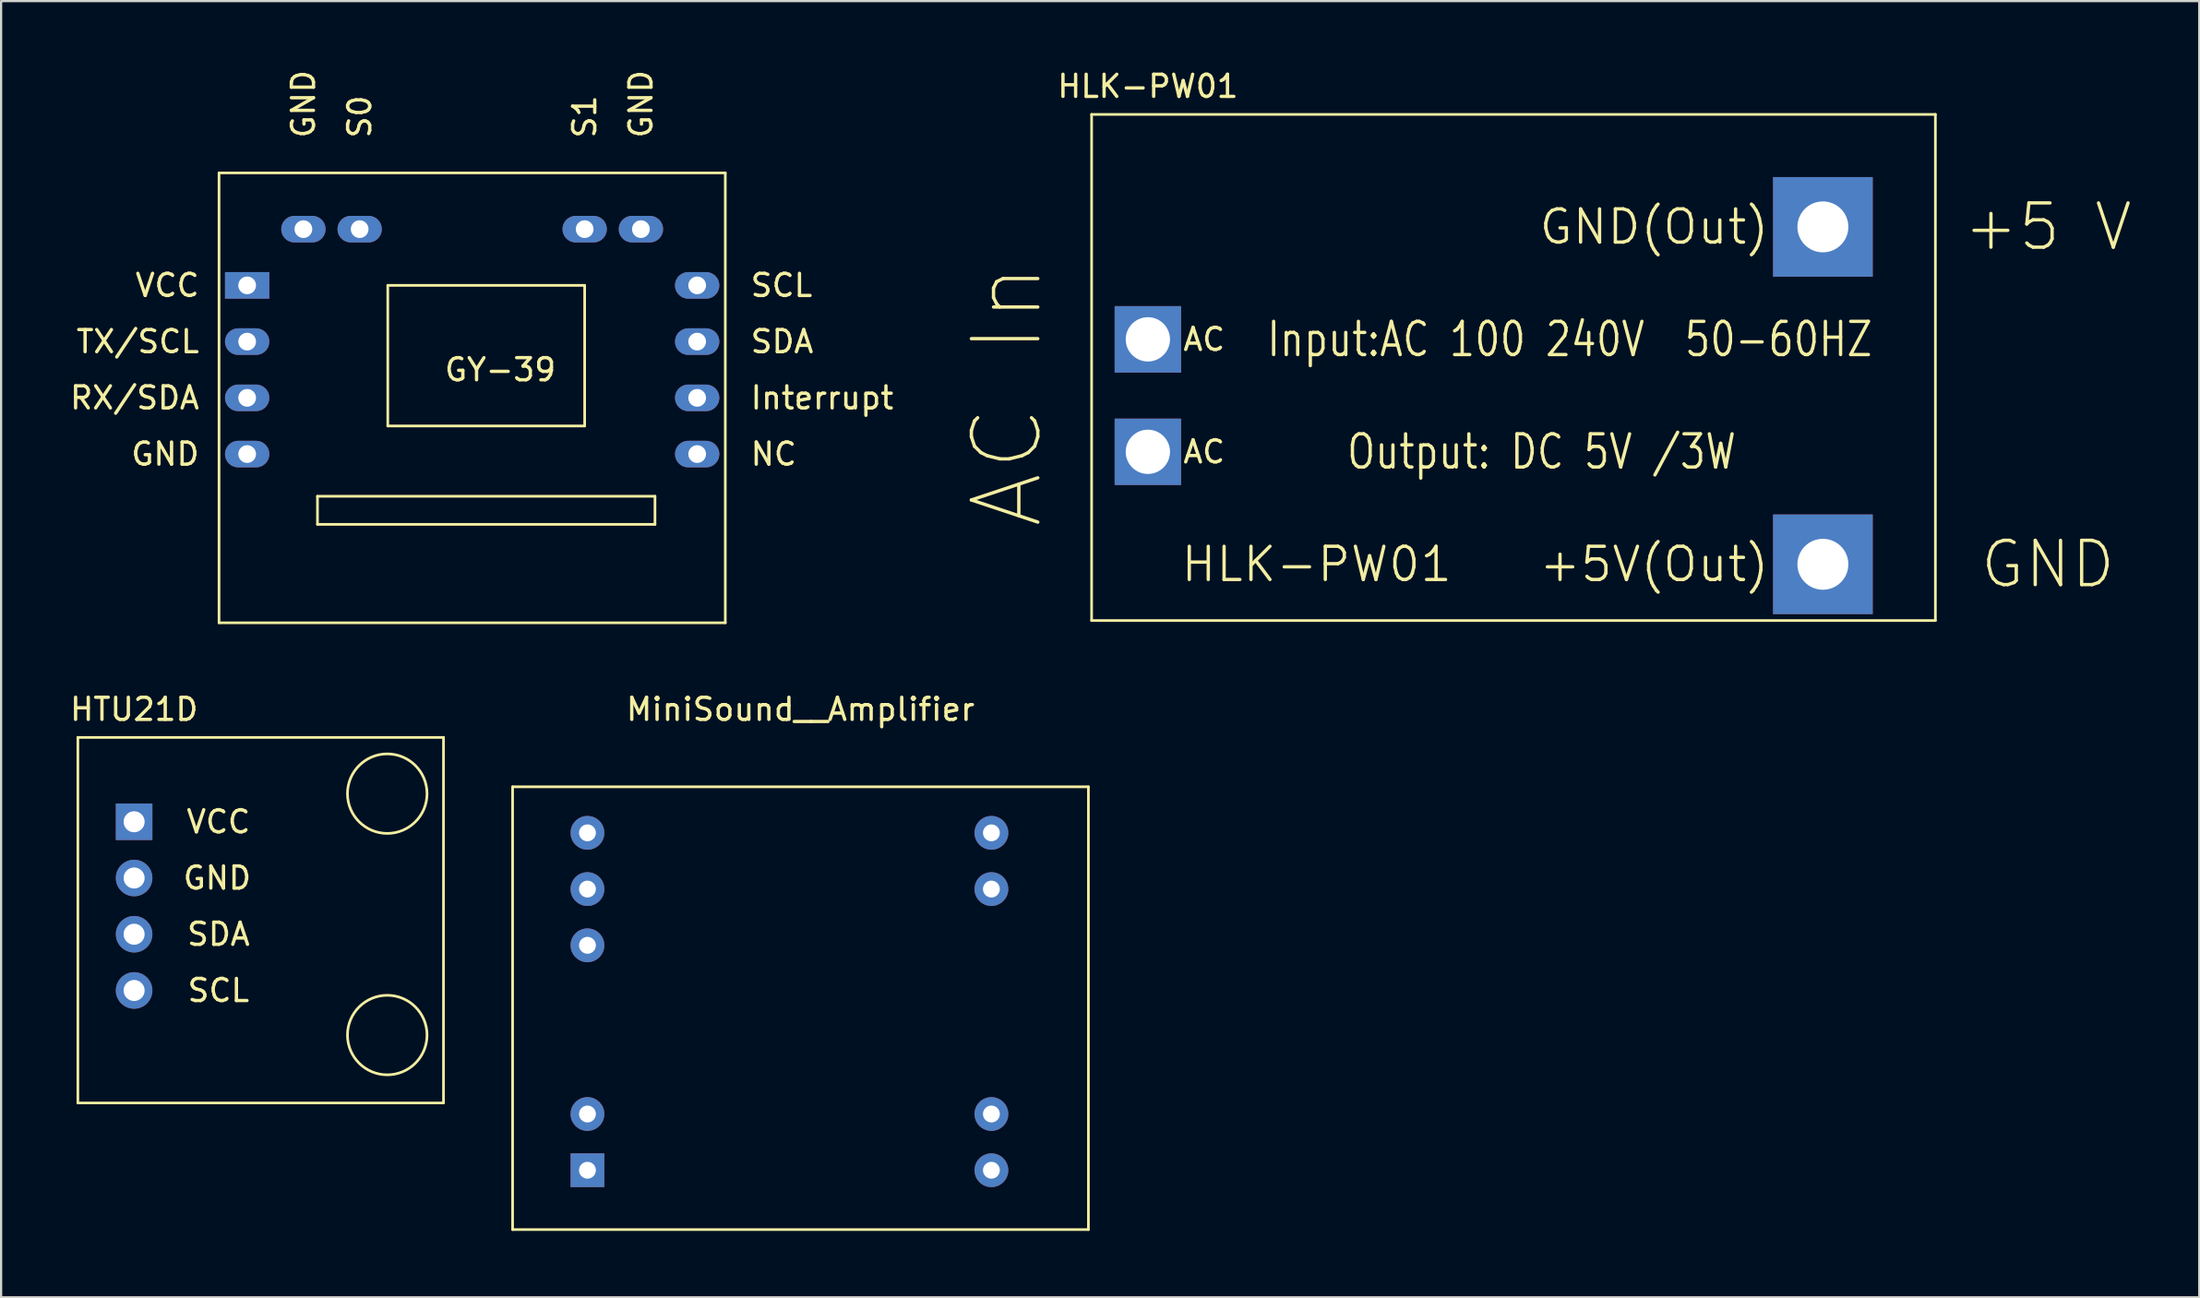
<source format=kicad_pcb>
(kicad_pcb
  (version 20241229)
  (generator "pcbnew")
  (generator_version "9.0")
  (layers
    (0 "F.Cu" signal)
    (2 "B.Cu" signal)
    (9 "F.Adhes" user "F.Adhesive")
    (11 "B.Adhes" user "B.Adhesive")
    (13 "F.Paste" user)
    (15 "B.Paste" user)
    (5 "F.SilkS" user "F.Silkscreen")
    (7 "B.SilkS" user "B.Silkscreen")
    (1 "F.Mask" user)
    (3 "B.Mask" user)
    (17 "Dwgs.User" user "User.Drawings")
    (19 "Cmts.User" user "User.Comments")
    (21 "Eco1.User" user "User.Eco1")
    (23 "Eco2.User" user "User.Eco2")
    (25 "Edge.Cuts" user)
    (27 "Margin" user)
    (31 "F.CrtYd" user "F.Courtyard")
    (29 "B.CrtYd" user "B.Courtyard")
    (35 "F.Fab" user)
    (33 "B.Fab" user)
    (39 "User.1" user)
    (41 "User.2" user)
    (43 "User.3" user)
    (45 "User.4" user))
  (footprint "MiniSound__Amplifier"
    (layer "F.Cu")
    (at 33.096 28.488)
    (property "Reference" "MiniSound__Amplifier" (at 0 0.5 0) (layer "F.SilkS") (effects (font (size 1 1) (thickness 0.15))))
    (attr through_hole)
    (fp_line (start -13 4) (end 13 4) (stroke (width 0.12) (type solid)) (layer "F.SilkS"))
    (fp_line (start -13 24) (end -13 4) (stroke (width 0.12) (type solid)) (layer "F.SilkS"))
    (fp_line (start 13 4) (end 13 24) (stroke (width 0.12) (type solid)) (layer "F.SilkS"))
    (fp_line (start 13 24) (end -13 24) (stroke (width 0.12) (type solid)) (layer "F.SilkS"))
    (pad "1" thru_hole rect (at -9.62 21.32) (size 1.524 1.524) (drill 0.762) (layers "*.Cu" "*.Mask"))
    (pad "2" thru_hole circle (at -9.62 18.78) (size 1.524 1.524) (drill 0.762) (layers "*.Cu" "*.Mask"))
    (pad "3" thru_hole circle (at -9.62 11.16) (size 1.524 1.524) (drill 0.762) (layers "*.Cu" "*.Mask"))
    (pad "4" thru_hole circle (at -9.62 8.62) (size 1.524 1.524) (drill 0.762) (layers "*.Cu" "*.Mask"))
    (pad "5" thru_hole circle (at -9.62 6.08) (size 1.524 1.524) (drill 0.762) (layers "*.Cu" "*.Mask"))
    (pad "6" thru_hole circle (at 8.62 6.08) (size 1.524 1.524) (drill 0.762) (layers "*.Cu" "*.Mask"))
    (pad "7" thru_hole circle (at 8.62 8.62) (size 1.524 1.524) (drill 0.762) (layers "*.Cu" "*.Mask"))
    (pad "8" thru_hole circle (at 8.62 18.78) (size 1.524 1.524) (drill 0.762) (layers "*.Cu" "*.Mask"))
    (pad "9" thru_hole circle (at 8.62 21.32) (size 1.524 1.524) (drill 0.762) (layers "*.Cu" "*.Mask")))
  (footprint "GY-39"
    (layer "F.Cu")
    (at 19.54 13.65)
    (property "Reference" "GY-39" (at 0 0 0) (layer "F.SilkS") (effects (font (size 1 1) (thickness 0.15))))
    (attr through_hole)
    (fp_line (start -12.7 -8.89) (end -12.7 11.43) (stroke (width 0.12) (type solid)) (layer "F.SilkS"))
    (fp_line (start -8.255 5.715) (end -8.255 6.985) (stroke (width 0.12) (type solid)) (layer "F.SilkS"))
    (fp_line (start -8.255 6.985) (end 6.985 6.985) (stroke (width 0.12) (type solid)) (layer "F.SilkS"))
    (fp_line (start -5.08 -3.81) (end 3.81 -3.81) (stroke (width 0.12) (type solid)) (layer "F.SilkS"))
    (fp_line (start -5.08 2.54) (end -5.08 -3.81) (stroke (width 0.12) (type solid)) (layer "F.SilkS"))
    (fp_line (start 3.81 -3.81) (end 3.81 2.54) (stroke (width 0.12) (type solid)) (layer "F.SilkS"))
    (fp_line (start 3.81 2.54) (end -5.08 2.54) (stroke (width 0.12) (type solid)) (layer "F.SilkS"))
    (fp_line (start 6.985 5.715) (end -8.255 5.715) (stroke (width 0.12) (type solid)) (layer "F.SilkS"))
    (fp_line (start 6.985 6.985) (end 6.985 5.715) (stroke (width 0.12) (type solid)) (layer "F.SilkS"))
    (fp_line (start 10.16 -8.89) (end -12.7 -8.89) (stroke (width 0.12) (type solid)) (layer "F.SilkS"))
    (fp_line (start 10.16 11.43) (end -12.7 11.43) (stroke (width 0.12) (type solid)) (layer "F.SilkS"))
    (fp_line (start 10.16 11.43) (end 10.16 -8.89) (stroke (width 0.12) (type solid)) (layer "F.SilkS"))
    (fp_text user "TX/SCL" (at -16.367 -1.27 0) (layer "F.SilkS") (effects (font (size 1 1) (thickness 0.15))))
    (fp_text user "S1" (at 3.81 -11.43 90) (layer "F.SilkS") (effects (font (size 1 1) (thickness 0.15))))
    (fp_text user "VCC" (at -15.034 -3.81 0) (layer "F.SilkS") (effects (font (size 1 1) (thickness 0.15))))
    (fp_text user "RX/SDA" (at -16.51 1.27 0) (layer "F.SilkS") (effects (font (size 1 1) (thickness 0.15))))
    (fp_text user "SCL" (at 12.7 -3.81 0) (layer "F.SilkS") (effects (font (size 1 1) (thickness 0.15))))
    (fp_text user "GND" (at 6.35 -12.001 90) (layer "F.SilkS") (effects (font (size 1 1) (thickness 0.15))))
    (fp_text user "GND" (at -15.129 3.81 0) (layer "F.SilkS") (effects (font (size 1 1) (thickness 0.15))))
    (fp_text user "NC" (at 12.343 3.81 0) (layer "F.SilkS") (effects (font (size 1 1) (thickness 0.15))))
    (fp_text user "S0" (at -6.35 -11.43 90) (layer "F.SilkS") (effects (font (size 1 1) (thickness 0.15))))
    (fp_text user "GND" (at -8.89 -12.001 90) (layer "F.SilkS") (effects (font (size 1 1) (thickness 0.15))))
    (fp_text user "SDA" (at 12.724 -1.27 0) (layer "F.SilkS") (effects (font (size 1 1) (thickness 0.15))))
    (fp_text user "Interrupt" (at 14.533 1.27 0) (layer "F.SilkS") (effects (font (size 1 1) (thickness 0.15))))
    (pad "1" thru_hole rect (at -11.43 -3.81 270) (size 1.2 2) (drill 0.8) (layers "*.Cu" "*.Mask"))
    (pad "2" thru_hole oval (at -11.43 -1.27 270) (size 1.2 2) (drill 0.8) (layers "*.Cu" "*.Mask"))
    (pad "3" thru_hole oval (at -11.43 1.27 270) (size 1.2 2) (drill 0.8) (layers "*.Cu" "*.Mask"))
    (pad "4" thru_hole oval (at -11.43 3.81 270) (size 1.2 2) (drill 0.8) (layers "*.Cu" "*.Mask"))
    (pad "5" thru_hole oval (at 8.89 3.81 270) (size 1.2 2) (drill 0.8) (layers "*.Cu" "*.Mask"))
    (pad "6" thru_hole oval (at 8.89 1.27 270) (size 1.2 2) (drill 0.8) (layers "*.Cu" "*.Mask"))
    (pad "7" thru_hole oval (at 8.89 -1.27 270) (size 1.2 2) (drill 0.8) (layers "*.Cu" "*.Mask"))
    (pad "8" thru_hole oval (at 8.89 -3.81 270) (size 1.2 2) (drill 0.8) (layers "*.Cu" "*.Mask"))
    (pad "9" thru_hole oval (at 6.35 -6.35 270) (size 1.2 2) (drill 0.8) (layers "*.Cu" "*.Mask"))
    (pad "10" thru_hole oval (at 3.81 -6.35 270) (size 1.2 2) (drill 0.8) (layers "*.Cu" "*.Mask"))
    (pad "11" thru_hole oval (at -6.35 -6.35 270) (size 1.2 2) (drill 0.8) (layers "*.Cu" "*.Mask"))
    (pad "12" thru_hole oval (at -8.89 -6.35 270) (size 1.2 2) (drill 0.8) (layers "*.Cu" "*.Mask")))
  (footprint "HTU21D"
    (layer "F.Cu")
    (at 8.086 37.878)
    (property "Reference" "HTU21D" (at -5.08 -8.89 0) (layer "F.SilkS") (effects (font (size 1 1) (thickness 0.15))))
    (attr through_hole)
    (fp_line (start -7.62 -7.62) (end -7.62 8.89) (stroke (width 0.12) (type solid)) (layer "F.SilkS"))
    (fp_line (start -7.62 -7.62) (end 8.89 -7.62) (stroke (width 0.12) (type solid)) (layer "F.SilkS"))
    (fp_line (start 8.89 -7.62) (end 8.89 8.89) (stroke (width 0.12) (type solid)) (layer "F.SilkS"))
    (fp_line (start 8.89 8.89) (end -7.62 8.89) (stroke (width 0.12) (type solid)) (layer "F.SilkS"))
    (fp_circle (center 6.35 -5.08) (end 7.62 -3.81) (stroke (width 0.12) (type solid)) (fill no) (layer "F.SilkS"))
    (fp_circle (center 6.35 5.824) (end 7.62 7.094) (stroke (width 0.12) (type solid)) (fill no) (layer "F.SilkS"))
    (fp_text user "SCL" (at -1.27 3.81 0) (layer "F.SilkS") (effects (font (size 1 1) (thickness 0.15))))
    (fp_text user "VCC" (at -1.27 -3.81 0) (layer "F.SilkS") (effects (font (size 1 1) (thickness 0.15))))
    (fp_text user "GND" (at -1.33 -1.27 0) (layer "F.SilkS") (effects (font (size 1 1) (thickness 0.15))))
    (fp_text user "SDA" (at -1.27 1.27 0) (layer "F.SilkS") (effects (font (size 1 1) (thickness 0.15))))
    (pad "1" thru_hole rect (at -5.08 -3.81) (size 1.65 1.65) (drill 0.95) (layers "*.Cu" "*.Mask"))
    (pad "2" thru_hole circle (at -5.08 -1.27) (size 1.65 1.65) (drill 0.95) (layers "*.Cu" "*.Mask"))
    (pad "3" thru_hole circle (at -5.08 1.27) (size 1.65 1.65) (drill 0.95) (layers "*.Cu" "*.Mask"))
    (pad "4" thru_hole circle (at -5.08 3.81) (size 1.65 1.65) (drill 0.95) (layers "*.Cu" "*.Mask")))
  (footprint "HLK-PW01"
    (layer "F.Cu")
    (at 53.861 14.818)
    (property "Reference" "HLK-PW01" (at -5.08 -13.97 0) (layer "F.SilkS") (effects (font (size 1 1) (thickness 0.15))))
    (attr through_hole)
    (fp_line (start -7.62 -12.7) (end 30.48 -12.7) (stroke (width 0.12) (type solid)) (layer "F.SilkS"))
    (fp_line (start -7.62 10.16) (end -7.62 -12.7) (stroke (width 0.12) (type solid)) (layer "F.SilkS"))
    (fp_line (start 30.48 -12.7) (end 30.48 10.16) (stroke (width 0.12) (type solid)) (layer "F.SilkS"))
    (fp_line (start 30.48 10.16) (end -7.62 10.16) (stroke (width 0.12) (type solid)) (layer "F.SilkS"))
    (fp_text user "HLK-PW01" (at 2.54 7.62 0) (layer "F.SilkS") (effects (font (size 1.5 1.5) (thickness 0.15))))
    (fp_text user "AC" (at -2.54 -2.54 0) (layer "F.SilkS") (effects (font (size 1 1) (thickness 0.15))))
    (fp_text user "AC In" (at -11.43 0 90) (layer "F.SilkS") (effects (font (size 3 3) (thickness 0.15))))
    (fp_text user "+5V(Out)" (at 17.78 7.62 0) (layer "F.SilkS") (effects (font (size 1.5 1.5) (thickness 0.15))))
    (fp_text user "Output: DC 5V /3W" (at 12.7 2.54 0) (layer "F.SilkS") (effects (font (size 1.5 1.2) (thickness 0.15))))
    (fp_text user "GND" (at 35.56 7.62 0) (layer "F.SilkS") (effects (font (size 2 2) (thickness 0.15))))
    (fp_text user "AC" (at -2.54 2.54 0) (layer "F.SilkS") (effects (font (size 1 1) (thickness 0.15))))
    (fp_text user "GND(Out)" (at 17.78 -7.62 0) (layer "F.SilkS") (effects (font (size 1.5 1.5) (thickness 0.15))))
    (fp_text user "Input:AC 100~{} 240V  50-60HZ" (at 13.97 -2.54 0) (layer "F.SilkS") (effects (font (size 1.5 1.2) (thickness 0.15))))
    (fp_text user "+5 V" (at 35.56 -7.62 0) (layer "F.SilkS") (effects (font (size 2 2) (thickness 0.15))))
    (pad "1" thru_hole rect (at -5.08 -2.54) (size 3 3) (drill 2) (layers "*.Cu" "*.Mask"))
    (pad "2" thru_hole rect (at -5.08 2.54) (size 3 3) (drill 2) (layers "*.Cu" "*.Mask"))
    (pad "3" thru_hole rect (at 25.4 7.62) (size 4.5 4.5) (drill 2.3) (layers "*.Cu" "*.Mask"))
    (pad "4" thru_hole rect (at 25.4 -7.62) (size 4.5 4.5) (drill 2.3) (layers "*.Cu" "*.Mask")))
  (gr_rect
    (start -3 -3)
    (end 96.255 55.548)
    (stroke (width 0.1) (type default))
    (fill no)
    (layer "Edge.Cuts")))
</source>
